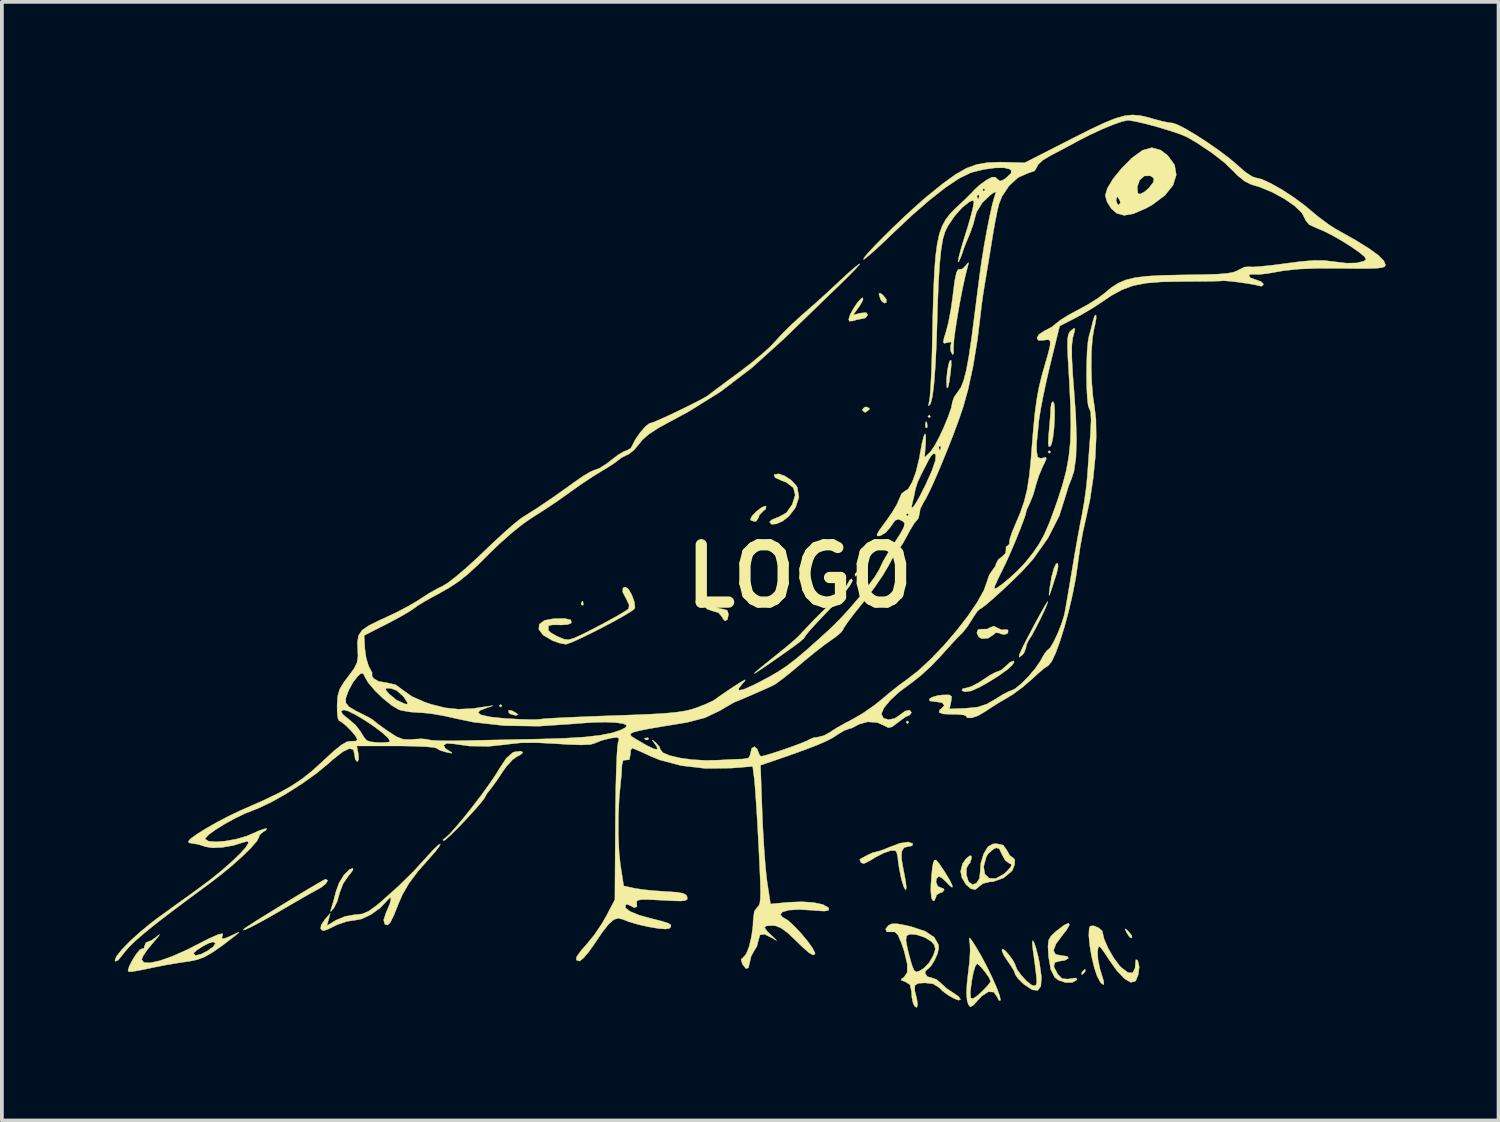
<source format=kicad_pcb>
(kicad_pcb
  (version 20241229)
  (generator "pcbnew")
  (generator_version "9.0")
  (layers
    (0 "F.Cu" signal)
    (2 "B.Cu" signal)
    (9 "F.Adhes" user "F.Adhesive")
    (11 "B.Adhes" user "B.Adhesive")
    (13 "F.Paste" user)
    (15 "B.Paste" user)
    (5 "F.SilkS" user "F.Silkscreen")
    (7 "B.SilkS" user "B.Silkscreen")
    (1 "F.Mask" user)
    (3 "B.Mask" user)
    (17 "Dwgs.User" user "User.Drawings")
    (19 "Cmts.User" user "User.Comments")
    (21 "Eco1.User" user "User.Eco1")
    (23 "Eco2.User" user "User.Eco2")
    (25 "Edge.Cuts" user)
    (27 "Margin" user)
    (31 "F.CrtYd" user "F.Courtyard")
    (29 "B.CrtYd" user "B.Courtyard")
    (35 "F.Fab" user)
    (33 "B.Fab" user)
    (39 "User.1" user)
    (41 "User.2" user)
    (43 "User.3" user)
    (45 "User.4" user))
  (footprint "LOGO"
    (layer "F.Cu")
    (at 18.206 12.267)
    (property "Reference" "LOGO" (at 0 0 0) (layer "F.SilkS") (effects (font (size 1.524 1.524) (thickness 0.3))))
    (attr through_hole)
    (fp_poly (pts (xy -7.91 3.447) (xy -7.947 3.483) (xy -7.983 3.447) (xy -7.947 3.411) (xy -7.91 3.447)) (stroke (width 0.01) (type solid)) (fill yes) (layer "F.SilkS"))
    (fp_poly (pts (xy 1.887 -0.544) (xy 1.851 -0.508) (xy 1.814 -0.544) (xy 1.851 -0.581) (xy 1.887 -0.544)) (stroke (width 0.01) (type solid)) (fill yes) (layer "F.SilkS"))
    (fp_poly (pts (xy 2.903 3.883) (xy 2.867 3.919) (xy 2.83 3.883) (xy 2.867 3.846) (xy 2.903 3.883)) (stroke (width 0.01) (type solid)) (fill yes) (layer "F.SilkS"))
    (fp_poly (pts (xy 3.483 -4.245) (xy 3.447 -4.209) (xy 3.411 -4.245) (xy 3.447 -4.282) (xy 3.483 -4.245)) (stroke (width 0.01) (type solid)) (fill yes) (layer "F.SilkS"))
    (fp_poly (pts (xy 6.677 -3.302) (xy 6.64 -3.266) (xy 6.604 -3.302) (xy 6.64 -3.338) (xy 6.677 -3.302)) (stroke (width 0.01) (type solid)) (fill yes) (layer "F.SilkS"))
    (fp_poly (pts (xy -5.757 0.677) (xy -5.749 0.763) (xy -5.757 0.774) (xy -5.8 0.764) (xy -5.806 0.726) (xy -5.779 0.666) (xy -5.757 0.677)) (stroke (width 0.01) (type solid)) (fill yes) (layer "F.SilkS"))
    (fp_poly (pts (xy -4.016 4.306) (xy -4.026 4.349) (xy -4.064 4.354) (xy -4.124 4.328) (xy -4.112 4.306) (xy -4.026 4.297) (xy -4.016 4.306)) (stroke (width 0.01) (type solid)) (fill yes) (layer "F.SilkS"))
    (fp_poly (pts (xy 3.388 -4.078) (xy 3.397 -3.964) (xy 3.382 -3.939) (xy 3.349 -3.96) (xy 3.344 -4.034) (xy 3.362 -4.111) (xy 3.388 -4.078)) (stroke (width 0.01) (type solid)) (fill yes) (layer "F.SilkS"))
    (fp_poly (pts (xy 8.675 9.381) (xy 8.75 9.451) (xy 8.834 9.56) (xy 8.837 9.62) (xy 8.777 9.598) (xy 8.706 9.495) (xy 8.651 9.38) (xy 8.675 9.381)) (stroke (width 0.01) (type solid)) (fill yes) (layer "F.SilkS"))
    (fp_poly (pts (xy -7.648 3.575) (xy -7.547 3.629) (xy -7.479 3.685) (xy -7.545 3.7) (xy -7.561 3.7) (xy -7.693 3.663) (xy -7.729 3.629) (xy -7.735 3.564) (xy -7.648 3.575)) (stroke (width 0.01) (type solid)) (fill yes) (layer "F.SilkS"))
    (fp_poly (pts (xy 1.574 -0.098) (xy 1.56 -0.073) (xy 1.492 -0.003) (xy 1.479 0) (xy 1.474 -0.047) (xy 1.488 -0.073) (xy 1.556 -0.142) (xy 1.569 -0.145) (xy 1.574 -0.098)) (stroke (width 0.01) (type solid)) (fill yes) (layer "F.SilkS"))
    (fp_poly (pts (xy 1.857 -4.464) (xy 1.851 -4.427) (xy 1.758 -4.357) (xy 1.737 -4.354) (xy 1.671 -4.41) (xy 1.669 -4.427) (xy 1.728 -4.491) (xy 1.782 -4.499) (xy 1.857 -4.464)) (stroke (width 0.01) (type solid)) (fill yes) (layer "F.SilkS"))
    (fp_poly (pts (xy 2.213 -7.475) (xy 2.307 -7.362) (xy 2.31 -7.277) (xy 2.257 -7.257) (xy 2.179 -7.315) (xy 2.149 -7.372) (xy 2.108 -7.508) (xy 2.143 -7.526) (xy 2.213 -7.475)) (stroke (width 0.01) (type solid)) (fill yes) (layer "F.SilkS"))
    (fp_poly (pts (xy 7.597 10.497) (xy 7.584 10.523) (xy 7.515 10.592) (xy 7.503 10.595) (xy 7.498 10.549) (xy 7.511 10.523) (xy 7.58 10.454) (xy 7.592 10.45) (xy 7.597 10.497)) (stroke (width 0.01) (type solid)) (fill yes) (layer "F.SilkS"))
    (fp_poly (pts (xy 4.034 -5.612) (xy 4.018 -5.443) (xy 3.983 -5.184) (xy 3.95 -5.031) (xy 3.923 -4.998) (xy 3.912 -5.05) (xy 3.909 -5.251) (xy 3.933 -5.481) (xy 3.974 -5.672) (xy 3.999 -5.733) (xy 4.031 -5.739) (xy 4.034 -5.612)) (stroke (width 0.01) (type solid)) (fill yes) (layer "F.SilkS"))
    (fp_poly (pts (xy -0.89 -1.858) (xy -0.898 -1.785) (xy -0.962 -1.733) (xy -1.068 -1.626) (xy -1.089 -1.557) (xy -1.147 -1.464) (xy -1.197 -1.451) (xy -1.294 -1.484) (xy -1.306 -1.511) (xy -1.258 -1.606) (xy -1.145 -1.722) (xy -1.014 -1.822) (xy -0.912 -1.865) (xy -0.89 -1.858)) (stroke (width 0.01) (type solid)) (fill yes) (layer "F.SilkS"))
    (fp_poly (pts (xy 6.874 -0.253) (xy 6.839 -0.087) (xy 6.831 -0.06) (xy 6.73 0.253) (xy 6.668 0.441) (xy 6.637 0.516) (xy 6.631 0.492) (xy 6.643 0.382) (xy 6.655 0.29) (xy 6.702 0.016) (xy 6.76 -0.199) (xy 6.82 -0.327) (xy 6.867 -0.342) (xy 6.874 -0.253)) (stroke (width 0.01) (type solid)) (fill yes) (layer "F.SilkS"))
    (fp_poly (pts (xy -2.324 0.647) (xy -2.286 0.726) (xy -2.179 0.848) (xy -2.063 0.871) (xy -1.923 0.908) (xy -1.887 1.012) (xy -1.917 1.152) (xy -1.981 1.193) (xy -2.044 1.118) (xy -2.052 1.093) (xy -2.153 0.973) (xy -2.296 0.931) (xy -2.463 0.874) (xy -2.527 0.744) (xy -2.504 0.614) (xy -2.42 0.581) (xy -2.324 0.647)) (stroke (width 0.01) (type solid)) (fill yes) (layer "F.SilkS"))
    (fp_poly (pts (xy 6.77 -4.579) (xy 6.784 -4.411) (xy 6.781 -4.181) (xy 6.766 -3.929) (xy 6.739 -3.696) (xy 6.703 -3.522) (xy 6.671 -3.455) (xy 6.627 -3.443) (xy 6.611 -3.533) (xy 6.622 -3.74) (xy 6.631 -3.839) (xy 6.655 -4.112) (xy 6.672 -4.348) (xy 6.677 -4.474) (xy 6.699 -4.605) (xy 6.739 -4.645) (xy 6.77 -4.579)) (stroke (width 0.01) (type solid)) (fill yes) (layer "F.SilkS"))
    (fp_poly (pts (xy 1.689 -7.351) (xy 1.623 -7.225) (xy 1.589 -7.173) (xy 1.426 -6.945) (xy 1.62 -6.993) (xy 1.771 -7.008) (xy 1.814 -6.948) (xy 1.754 -6.865) (xy 1.687 -6.848) (xy 1.508 -6.814) (xy 1.433 -6.788) (xy 1.326 -6.777) (xy 1.306 -6.824) (xy 1.344 -6.949) (xy 1.434 -7.117) (xy 1.545 -7.28) (xy 1.644 -7.386) (xy 1.68 -7.402) (xy 1.689 -7.351)) (stroke (width 0.01) (type solid)) (fill yes) (layer "F.SilkS"))
    (fp_poly (pts (xy -11.872 7.81) (xy -11.952 7.922) (xy -11.991 7.965) (xy -12.136 8.178) (xy -12.228 8.421) (xy -12.23 8.433) (xy -12.292 8.649) (xy -12.377 8.819) (xy -12.387 8.832) (xy -12.464 8.919) (xy -12.467 8.889) (xy -12.444 8.817) (xy -12.394 8.653) (xy -12.336 8.43) (xy -12.324 8.382) (xy -12.239 8.151) (xy -12.111 7.944) (xy -11.972 7.803) (xy -11.875 7.765) (xy -11.872 7.81)) (stroke (width 0.01) (type solid)) (fill yes) (layer "F.SilkS"))
    (fp_poly (pts (xy 5.258 1.376) (xy 5.379 1.43) (xy 5.435 1.42) (xy 5.529 1.424) (xy 5.546 1.443) (xy 5.538 1.516) (xy 5.448 1.554) (xy 5.342 1.534) (xy 5.318 1.515) (xy 5.221 1.501) (xy 5.155 1.557) (xy 5.012 1.651) (xy 4.849 1.663) (xy 4.766 1.621) (xy 4.713 1.51) (xy 4.744 1.42) (xy 4.835 1.409) (xy 4.988 1.406) (xy 5.053 1.371) (xy 5.17 1.328) (xy 5.258 1.376)) (stroke (width 0.01) (type solid)) (fill yes) (layer "F.SilkS"))
    (fp_poly (pts (xy 5.707 2.282) (xy 5.654 2.366) (xy 5.517 2.489) (xy 5.296 2.647) (xy 5.036 2.811) (xy 4.783 2.953) (xy 4.585 3.043) (xy 4.556 3.053) (xy 4.396 3.074) (xy 4.315 3.043) (xy 4.34 2.99) (xy 4.423 2.975) (xy 4.568 2.934) (xy 4.766 2.83) (xy 4.874 2.758) (xy 5.063 2.632) (xy 5.212 2.554) (xy 5.261 2.54) (xy 5.371 2.491) (xy 5.479 2.395) (xy 5.596 2.291) (xy 5.682 2.252) (xy 5.707 2.282)) (stroke (width 0.01) (type solid)) (fill yes) (layer "F.SilkS"))
    (fp_poly (pts (xy 6.572 0.771) (xy 6.492 0.953) (xy 6.383 1.178) (xy 6.267 1.405) (xy 6.164 1.593) (xy 6.094 1.698) (xy 6.091 1.702) (xy 6.031 1.83) (xy 6.023 1.892) (xy 5.971 2.039) (xy 5.913 2.106) (xy 5.835 2.157) (xy 5.842 2.095) (xy 5.855 2.06) (xy 5.915 1.927) (xy 6.017 1.723) (xy 6.144 1.479) (xy 6.28 1.224) (xy 6.41 0.987) (xy 6.517 0.799) (xy 6.586 0.689) (xy 6.603 0.675) (xy 6.572 0.771)) (stroke (width 0.01) (type solid)) (fill yes) (layer "F.SilkS"))
    (fp_poly (pts (xy -12.544 8.09) (xy -12.591 8.172) (xy -12.714 8.273) (xy -12.791 8.317) (xy -12.951 8.405) (xy -13.199 8.545) (xy -13.495 8.716) (xy -13.716 8.845) (xy -14.051 9.039) (xy -14.343 9.201) (xy -14.576 9.323) (xy -14.732 9.395) (xy -14.793 9.409) (xy -14.768 9.378) (xy -14.679 9.315) (xy -14.496 9.197) (xy -14.242 9.038) (xy -13.944 8.854) (xy -13.626 8.659) (xy -13.312 8.469) (xy -13.027 8.298) (xy -12.797 8.163) (xy -12.645 8.078) (xy -12.598 8.055) (xy -12.544 8.09)) (stroke (width 0.01) (type solid)) (fill yes) (layer "F.SilkS"))
    (fp_poly (pts (xy -0.391 -2.663) (xy -0.219 -2.549) (xy -0.087 -2.408) (xy -0.06 -2.36) (xy -0.017 -2.099) (xy -0.107 -1.823) (xy -0.288 -1.587) (xy -0.45 -1.463) (xy -0.615 -1.389) (xy -0.745 -1.378) (xy -0.798 -1.44) (xy -0.798 -1.441) (xy -0.736 -1.5) (xy -0.584 -1.563) (xy -0.562 -1.569) (xy -0.349 -1.685) (xy -0.195 -1.903) (xy -0.115 -2.157) (xy -0.162 -2.347) (xy -0.342 -2.488) (xy -0.478 -2.542) (xy -0.647 -2.618) (xy -0.677 -2.689) (xy -0.668 -2.699) (xy -0.556 -2.721) (xy -0.391 -2.663)) (stroke (width 0.01) (type solid)) (fill yes) (layer "F.SilkS"))
    (fp_poly (pts (xy 3.705 7.633) (xy 3.837 7.828) (xy 3.862 7.866) (xy 3.998 8.091) (xy 4.064 8.231) (xy 4.057 8.276) (xy 3.978 8.214) (xy 3.899 8.128) (xy 3.781 8.019) (xy 3.702 7.983) (xy 3.642 8.044) (xy 3.629 8.128) (xy 3.674 8.246) (xy 3.737 8.273) (xy 3.834 8.312) (xy 3.846 8.346) (xy 3.788 8.41) (xy 3.737 8.418) (xy 3.641 8.476) (xy 3.629 8.527) (xy 3.587 8.624) (xy 3.552 8.636) (xy 3.51 8.568) (xy 3.49 8.382) (xy 3.492 8.219) (xy 3.509 7.955) (xy 3.534 7.728) (xy 3.553 7.63) (xy 3.583 7.55) (xy 3.627 7.546) (xy 3.705 7.633)) (stroke (width 0.01) (type solid)) (fill yes) (layer "F.SilkS"))
    (fp_poly (pts (xy 4.494 -8.315) (xy 4.472 -8.237) (xy 4.408 -7.986) (xy 4.336 -7.657) (xy 4.264 -7.287) (xy 4.198 -6.911) (xy 4.143 -6.564) (xy 4.106 -6.281) (xy 4.094 -6.099) (xy 4.095 -6.081) (xy 4.095 -5.917) (xy 4.067 -5.89) (xy 4.019 -5.984) (xy 4.012 -6.128) (xy 4.03 -6.173) (xy 4.03 -6.226) (xy 3.934 -6.21) (xy 3.849 -6.189) (xy 3.82 -6.22) (xy 3.843 -6.334) (xy 3.899 -6.51) (xy 3.959 -6.746) (xy 4.02 -7.067) (xy 4.071 -7.418) (xy 4.083 -7.528) (xy 4.127 -7.862) (xy 4.172 -8.074) (xy 4.218 -8.154) (xy 4.229 -8.152) (xy 4.324 -8.166) (xy 4.409 -8.244) (xy 4.485 -8.338) (xy 4.494 -8.315)) (stroke (width 0.01) (type solid)) (fill yes) (layer "F.SilkS"))
    (fp_poly (pts (xy -7.352 4.684) (xy -7.415 4.748) (xy -7.49 4.782) (xy -7.63 4.88) (xy -7.793 5.06) (xy -7.894 5.201) (xy -8.039 5.42) (xy -8.171 5.603) (xy -8.231 5.679) (xy -8.321 5.794) (xy -8.346 5.849) (xy -8.393 5.927) (xy -8.517 6.08) (xy -8.694 6.28) (xy -8.897 6.499) (xy -9.102 6.712) (xy -9.282 6.89) (xy -9.412 7.006) (xy -9.463 7.037) (xy -9.48 7.008) (xy -9.427 6.967) (xy -9.316 6.869) (xy -9.143 6.679) (xy -8.928 6.423) (xy -8.693 6.127) (xy -8.457 5.818) (xy -8.243 5.522) (xy -8.069 5.266) (xy -7.99 5.134) (xy -7.798 4.844) (xy -7.628 4.693) (xy -7.575 4.672) (xy -7.411 4.652) (xy -7.352 4.684)) (stroke (width 0.01) (type solid)) (fill yes) (layer "F.SilkS"))
    (fp_poly (pts (xy 1.409 0.12) (xy 1.335 0.256) (xy 1.171 0.468) (xy 0.926 0.746) (xy 0.673 1.013) (xy 0.454 1.242) (xy 0.28 1.434) (xy 0.171 1.566) (xy 0.145 1.609) (xy 0.116 1.653) (xy 0.019 1.738) (xy -0.157 1.871) (xy -0.425 2.062) (xy -0.795 2.32) (xy -1.016 2.472) (xy -1.159 2.566) (xy -1.208 2.588) (xy -1.161 2.541) (xy -1.013 2.417) (xy -0.797 2.241) (xy -0.559 2.05) (xy -0.553 2.045) (xy -0.331 1.864) (xy -0.145 1.706) (xy -0.032 1.602) (xy -0.027 1.597) (xy 0.397 1.147) (xy 0.786 0.762) (xy 0.924 0.633) (xy 1.101 0.455) (xy 1.23 0.292) (xy 1.271 0.216) (xy 1.337 0.099) (xy 1.385 0.073) (xy 1.409 0.12)) (stroke (width 0.01) (type solid)) (fill yes) (layer "F.SilkS"))
    (fp_poly (pts (xy 7.176 9.271) (xy 7.098 9.408) (xy 7.009 9.52) (xy 6.819 9.774) (xy 6.752 9.952) (xy 6.807 10.056) (xy 6.971 10.087) (xy 7.116 10.107) (xy 7.15 10.158) (xy 7.148 10.16) (xy 7.048 10.216) (xy 6.926 10.233) (xy 6.783 10.271) (xy 6.762 10.387) (xy 6.864 10.581) (xy 6.865 10.583) (xy 6.981 10.699) (xy 7.133 10.713) (xy 7.201 10.701) (xy 7.351 10.683) (xy 7.376 10.724) (xy 7.371 10.733) (xy 7.253 10.803) (xy 7.07 10.804) (xy 6.884 10.742) (xy 6.783 10.665) (xy 6.679 10.458) (xy 6.621 10.121) (xy 6.617 10.079) (xy 6.605 9.832) (xy 6.622 9.678) (xy 6.687 9.566) (xy 6.815 9.445) (xy 6.831 9.432) (xy 7.033 9.278) (xy 7.151 9.226) (xy 7.176 9.271)) (stroke (width 0.01) (type solid)) (fill yes) (layer "F.SilkS"))
    (fp_poly (pts (xy 3.008 7.108) (xy 3.014 7.116) (xy 2.99 7.17) (xy 2.905 7.185) (xy 2.777 7.216) (xy 2.715 7.323) (xy 2.713 7.524) (xy 2.768 7.839) (xy 2.776 7.874) (xy 2.821 8.111) (xy 2.839 8.28) (xy 2.826 8.346) (xy 2.826 8.346) (xy 2.78 8.281) (xy 2.725 8.116) (xy 2.691 7.979) (xy 2.645 7.74) (xy 2.617 7.542) (xy 2.613 7.476) (xy 2.581 7.34) (xy 2.545 7.297) (xy 2.426 7.296) (xy 2.228 7.365) (xy 1.99 7.489) (xy 1.874 7.563) (xy 1.71 7.644) (xy 1.631 7.616) (xy 1.601 7.535) (xy 1.607 7.524) (xy 1.683 7.483) (xy 1.795 7.42) (xy 1.947 7.351) (xy 2.033 7.33) (xy 2.143 7.302) (xy 2.324 7.233) (xy 2.379 7.209) (xy 2.668 7.101) (xy 2.886 7.067) (xy 3.008 7.108)) (stroke (width 0.01) (type solid)) (fill yes) (layer "F.SilkS"))
    (fp_poly (pts (xy 6.238 9.748) (xy 6.288 9.897) (xy 6.345 10.118) (xy 6.38 10.289) (xy 6.431 10.659) (xy 6.415 10.9) (xy 6.334 11.013) (xy 6.187 10.998) (xy 5.972 10.856) (xy 5.956 10.843) (xy 5.815 10.706) (xy 5.738 10.597) (xy 5.733 10.578) (xy 5.692 10.475) (xy 5.59 10.315) (xy 5.552 10.262) (xy 5.434 10.085) (xy 5.38 9.961) (xy 5.391 9.91) (xy 5.466 9.955) (xy 5.554 10.051) (xy 5.669 10.207) (xy 5.73 10.32) (xy 5.733 10.335) (xy 5.781 10.455) (xy 5.897 10.615) (xy 6.04 10.769) (xy 6.169 10.87) (xy 6.218 10.886) (xy 6.264 10.883) (xy 6.294 10.858) (xy 6.305 10.79) (xy 6.298 10.656) (xy 6.272 10.433) (xy 6.228 10.098) (xy 6.201 9.906) (xy 6.186 9.736) (xy 6.201 9.689) (xy 6.238 9.748)) (stroke (width 0.01) (type solid)) (fill yes) (layer "F.SilkS"))
    (fp_poly (pts (xy 7.95 9.349) (xy 8.044 9.431) (xy 8.055 9.466) (xy 8.097 9.648) (xy 8.204 9.891) (xy 8.349 10.143) (xy 8.504 10.353) (xy 8.553 10.404) (xy 8.735 10.541) (xy 8.858 10.546) (xy 8.92 10.42) (xy 8.927 10.319) (xy 8.94 10.196) (xy 8.98 10.207) (xy 8.993 10.226) (xy 9.03 10.385) (xy 9.008 10.589) (xy 8.939 10.754) (xy 8.923 10.772) (xy 8.805 10.799) (xy 8.64 10.703) (xy 8.44 10.493) (xy 8.237 10.21) (xy 8.088 9.983) (xy 8 9.865) (xy 7.954 9.844) (xy 7.934 9.906) (xy 7.925 9.985) (xy 7.935 10.195) (xy 7.988 10.449) (xy 8.012 10.526) (xy 8.083 10.758) (xy 8.092 10.861) (xy 8.039 10.84) (xy 7.995 10.791) (xy 7.912 10.636) (xy 7.832 10.395) (xy 7.764 10.108) (xy 7.715 9.816) (xy 7.69 9.556) (xy 7.699 9.369) (xy 7.726 9.304) (xy 7.82 9.295) (xy 7.95 9.349)) (stroke (width 0.01) (type solid)) (fill yes) (layer "F.SilkS"))
    (fp_poly (pts (xy 9.602 -11.325) (xy 9.789 -11.183) (xy 9.971 -10.935) (xy 10.016 -10.667) (xy 9.929 -10.393) (xy 9.716 -10.125) (xy 9.381 -9.874) (xy 9.203 -9.775) (xy 8.875 -9.634) (xy 8.628 -9.591) (xy 8.434 -9.645) (xy 8.291 -9.768) (xy 8.177 -9.945) (xy 8.168 -9.979) (xy 8.418 -9.979) (xy 8.456 -9.882) (xy 8.489 -9.87) (xy 8.529 -9.923) (xy 8.517 -9.979) (xy 8.466 -10.074) (xy 8.447 -10.087) (xy 8.421 -10.028) (xy 8.418 -9.979) (xy 8.168 -9.979) (xy 8.128 -10.115) (xy 8.128 -10.119) (xy 8.183 -10.309) (xy 8.21 -10.354) (xy 8.979 -10.354) (xy 8.993 -10.178) (xy 9.057 -10.157) (xy 9.179 -10.222) (xy 9.286 -10.319) (xy 9.41 -10.479) (xy 9.416 -10.581) (xy 9.323 -10.643) (xy 9.167 -10.639) (xy 9.043 -10.529) (xy 8.979 -10.354) (xy 8.21 -10.354) (xy 8.332 -10.558) (xy 8.557 -10.837) (xy 8.836 -11.116) (xy 8.842 -11.122) (xy 9.119 -11.323) (xy 9.366 -11.391) (xy 9.602 -11.325)) (stroke (width 0.01) (type solid)) (fill yes) (layer "F.SilkS"))
    (fp_poly (pts (xy 4.591 9.704) (xy 4.674 9.833) (xy 4.821 10.08) (xy 4.973 10.366) (xy 5.116 10.659) (xy 5.235 10.928) (xy 5.316 11.14) (xy 5.344 11.265) (xy 5.342 11.277) (xy 5.299 11.282) (xy 5.258 11.194) (xy 5.166 11.059) (xy 5.022 11.049) (xy 4.846 11.162) (xy 4.765 11.249) (xy 4.622 11.407) (xy 4.538 11.452) (xy 4.486 11.385) (xy 4.454 11.273) (xy 4.44 11.108) (xy 4.441 11.085) (xy 4.54 11.085) (xy 4.551 11.213) (xy 4.613 11.233) (xy 4.742 11.143) (xy 4.86 11.033) (xy 4.996 10.891) (xy 5.073 10.79) (xy 5.08 10.772) (xy 5.039 10.675) (xy 4.941 10.532) (xy 4.827 10.394) (xy 4.736 10.311) (xy 4.719 10.305) (xy 4.672 10.37) (xy 4.621 10.539) (xy 4.576 10.769) (xy 4.545 11.018) (xy 4.54 11.085) (xy 4.441 11.085) (xy 4.45 10.852) (xy 4.482 10.558) (xy 4.486 10.529) (xy 4.52 10.23) (xy 4.536 9.959) (xy 4.529 9.771) (xy 4.527 9.761) (xy 4.509 9.638) (xy 4.525 9.616) (xy 4.591 9.704)) (stroke (width 0.01) (type solid)) (fill yes) (layer "F.SilkS"))
    (fp_poly (pts (xy -4.542 0.352) (xy -4.458 0.5) (xy -4.394 0.676) (xy -4.375 0.823) (xy -4.387 0.865) (xy -4.472 0.933) (xy -4.659 1.047) (xy -4.915 1.191) (xy -5.212 1.349) (xy -5.518 1.505) (xy -5.803 1.644) (xy -6.036 1.75) (xy -6.187 1.806) (xy -6.217 1.811) (xy -6.377 1.781) (xy -6.568 1.714) (xy -6.816 1.568) (xy -6.932 1.416) (xy -6.92 1.278) (xy -6.779 1.175) (xy -6.524 1.128) (xy -6.233 1.127) (xy -6.08 1.165) (xy -6.064 1.241) (xy -6.068 1.246) (xy -6.161 1.286) (xy -6.34 1.299) (xy -6.393 1.296) (xy -6.571 1.295) (xy -6.669 1.317) (xy -6.675 1.327) (xy -6.677 1.436) (xy -6.617 1.5) (xy -6.468 1.587) (xy -6.414 1.613) (xy -6.263 1.675) (xy -6.144 1.69) (xy -6.005 1.653) (xy -5.797 1.558) (xy -5.742 1.531) (xy -5.426 1.371) (xy -5.116 1.206) (xy -4.843 1.055) (xy -4.64 0.934) (xy -4.543 0.866) (xy -4.531 0.767) (xy -4.597 0.623) (xy -4.702 0.423) (xy -4.695 0.313) (xy -4.623 0.29) (xy -4.542 0.352)) (stroke (width 0.01) (type solid)) (fill yes) (layer "F.SilkS"))
    (fp_poly (pts (xy -9.577 7.184) (xy -9.682 7.322) (xy -9.82 7.479) (xy -10.148 7.851) (xy -10.386 8.17) (xy -10.559 8.47) (xy -10.667 8.72) (xy -10.787 9.02) (xy -10.876 9.199) (xy -10.946 9.275) (xy -11.01 9.264) (xy -11.028 9.248) (xy -11.056 9.139) (xy -10.992 8.943) (xy -10.965 8.886) (xy -10.891 8.707) (xy -10.862 8.582) (xy -10.879 8.539) (xy -10.944 8.602) (xy -11.141 8.814) (xy -11.391 8.995) (xy -11.642 9.114) (xy -11.798 9.144) (xy -12.03 9.178) (xy -12.284 9.264) (xy -12.337 9.289) (xy -12.535 9.387) (xy -12.643 9.426) (xy -12.699 9.412) (xy -12.732 9.369) (xy -12.717 9.275) (xy -12.627 9.138) (xy -12.623 9.133) (xy -12.475 8.963) (xy -12.52 9.128) (xy -12.566 9.294) (xy -12.325 9.147) (xy -12.083 9.046) (xy -11.821 8.999) (xy -11.804 8.999) (xy -11.627 8.98) (xy -11.459 8.909) (xy -11.257 8.765) (xy -11.124 8.654) (xy -10.658 8.237) (xy -10.264 7.85) (xy -9.893 7.445) (xy -9.889 7.44) (xy -9.727 7.264) (xy -9.604 7.148) (xy -9.549 7.119) (xy -9.577 7.184)) (stroke (width 0.01) (type solid)) (fill yes) (layer "F.SilkS"))
    (fp_poly (pts (xy 5.414 7.15) (xy 5.513 7.288) (xy 5.515 7.293) (xy 5.591 7.428) (xy 5.659 7.475) (xy 5.721 7.531) (xy 5.721 7.661) (xy 5.663 7.811) (xy 5.64 7.844) (xy 5.424 8.024) (xy 5.149 8.121) (xy 5.057 8.128) (xy 4.882 8.17) (xy 4.79 8.237) (xy 4.676 8.332) (xy 4.559 8.312) (xy 4.427 8.201) (xy 4.317 8.018) (xy 4.282 7.849) (xy 4.333 7.646) (xy 4.427 7.511) (xy 4.532 7.428) (xy 4.569 7.446) (xy 4.572 7.496) (xy 4.532 7.624) (xy 4.499 7.656) (xy 4.439 7.766) (xy 4.436 7.941) (xy 4.489 8.113) (xy 4.498 8.128) (xy 4.599 8.201) (xy 4.704 8.161) (xy 4.783 8.037) (xy 4.803 7.856) (xy 4.803 7.851) (xy 4.812 7.723) (xy 4.894 7.723) (xy 4.927 7.922) (xy 5.042 8.032) (xy 5.218 8.038) (xy 5.43 7.922) (xy 5.501 7.858) (xy 5.618 7.727) (xy 5.635 7.661) (xy 5.575 7.636) (xy 5.468 7.556) (xy 5.379 7.396) (xy 5.378 7.394) (xy 5.312 7.25) (xy 5.235 7.222) (xy 5.164 7.251) (xy 5.021 7.372) (xy 4.967 7.455) (xy 4.894 7.723) (xy 4.812 7.723) (xy 4.819 7.633) (xy 4.89 7.396) (xy 4.902 7.37) (xy 5.009 7.193) (xy 5.134 7.121) (xy 5.235 7.112) (xy 5.414 7.15)) (stroke (width 0.01) (type solid)) (fill yes) (layer "F.SilkS"))
    (fp_poly (pts (xy -14.977 9.536) (xy -14.986 9.544) (xy -15.333 9.811) (xy -15.6 9.998) (xy -15.815 10.121) (xy -16.007 10.195) (xy -16.204 10.237) (xy -16.256 10.244) (xy -16.537 10.285) (xy -16.883 10.345) (xy -17.199 10.408) (xy -17.507 10.472) (xy -17.7 10.507) (xy -17.804 10.518) (xy -17.846 10.507) (xy -17.853 10.484) (xy -17.819 10.368) (xy -17.736 10.208) (xy -17.634 10.048) (xy -17.54 9.934) (xy -17.487 9.908) (xy -17.427 9.89) (xy -17.417 9.838) (xy -17.372 9.739) (xy -17.331 9.725) (xy -17.222 9.68) (xy -17.072 9.572) (xy -17.06 9.561) (xy -17.01 9.526) (xy -17.048 9.584) (xy -17.168 9.724) (xy -17.183 9.741) (xy -17.344 9.937) (xy -17.455 10.104) (xy -17.49 10.193) (xy -17.43 10.271) (xy -17.263 10.279) (xy -17.004 10.223) (xy -16.672 10.105) (xy -16.51 10.033) (xy -16.11 10.033) (xy -16.058 10.085) (xy -15.911 10.05) (xy -15.741 9.963) (xy -15.586 9.851) (xy -15.53 9.764) (xy -15.584 9.725) (xy -15.597 9.725) (xy -15.709 9.759) (xy -15.866 9.841) (xy -16.016 9.937) (xy -16.104 10.017) (xy -16.11 10.033) (xy -16.51 10.033) (xy -16.283 9.932) (xy -16.044 9.81) (xy -15.692 9.631) (xy -15.46 9.529) (xy -15.346 9.503) (xy -15.334 9.531) (xy -15.359 9.622) (xy -15.318 9.643) (xy -15.188 9.594) (xy -15.073 9.541) (xy -14.929 9.474) (xy -14.901 9.472) (xy -14.977 9.536)) (stroke (width 0.01) (type solid)) (fill yes) (layer "F.SilkS"))
    (fp_poly (pts (xy 2.813 9.281) (xy 2.959 9.315) (xy 3.338 9.44) (xy 3.58 9.6) (xy 3.692 9.797) (xy 3.701 9.885) (xy 3.669 10.033) (xy 3.59 10.212) (xy 3.493 10.368) (xy 3.408 10.448) (xy 3.395 10.45) (xy 3.345 10.509) (xy 3.338 10.559) (xy 3.399 10.648) (xy 3.484 10.668) (xy 3.639 10.721) (xy 3.756 10.819) (xy 3.918 10.967) (xy 4.082 11.075) (xy 4.222 11.17) (xy 4.282 11.254) (xy 4.282 11.255) (xy 4.231 11.274) (xy 4.107 11.228) (xy 3.95 11.139) (xy 3.801 11.029) (xy 3.715 10.94) (xy 3.551 10.839) (xy 3.334 10.813) (xy 3.151 10.825) (xy 3.066 10.882) (xy 3.062 11.016) (xy 3.116 11.231) (xy 3.141 11.391) (xy 3.116 11.467) (xy 3.061 11.436) (xy 3.019 11.351) (xy 2.986 11.193) (xy 2.975 11.033) (xy 2.937 10.863) (xy 2.812 10.784) (xy 2.701 10.743) (xy 2.721 10.698) (xy 2.778 10.662) (xy 2.862 10.539) (xy 2.864 10.313) (xy 2.784 9.978) (xy 2.703 9.737) (xy 2.678 9.681) (xy 2.829 9.681) (xy 2.87 9.904) (xy 2.907 10.051) (xy 2.982 10.324) (xy 3.042 10.475) (xy 3.108 10.524) (xy 3.203 10.49) (xy 3.312 10.417) (xy 3.448 10.274) (xy 3.557 10.085) (xy 3.611 9.918) (xy 3.585 9.806) (xy 3.508 9.717) (xy 3.339 9.609) (xy 3.119 9.535) (xy 3.098 9.531) (xy 2.935 9.518) (xy 2.848 9.56) (xy 2.829 9.681) (xy 2.678 9.681) (xy 2.616 9.54) (xy 2.532 9.458) (xy 2.456 9.458) (xy 2.317 9.458) (xy 2.288 9.382) (xy 2.361 9.287) (xy 2.45 9.244) (xy 2.589 9.241) (xy 2.813 9.281)) (stroke (width 0.01) (type solid)) (fill yes) (layer "F.SilkS"))
    (fp_poly (pts (xy 7.882 -6.946) (xy 7.887 -6.86) (xy 7.856 -6.686) (xy 7.833 -6.593) (xy 7.788 -6.332) (xy 7.762 -5.974) (xy 7.756 -5.562) (xy 7.769 -5.144) (xy 7.801 -4.766) (xy 7.836 -4.539) (xy 7.88 -4.169) (xy 7.887 -3.696) (xy 7.862 -3.158) (xy 7.805 -2.592) (xy 7.722 -2.037) (xy 7.613 -1.528) (xy 7.612 -1.524) (xy 7.534 -1.177) (xy 7.46 -0.768) (xy 7.404 -0.379) (xy 7.4 -0.34) (xy 7.342 0.059) (xy 7.258 0.49) (xy 7.156 0.929) (xy 7.042 1.351) (xy 6.924 1.731) (xy 6.808 2.046) (xy 6.703 2.269) (xy 6.614 2.378) (xy 6.605 2.383) (xy 6.509 2.446) (xy 6.348 2.581) (xy 6.179 2.737) (xy 5.937 2.947) (xy 5.673 3.142) (xy 5.515 3.239) (xy 5.263 3.386) (xy 5.016 3.544) (xy 4.942 3.595) (xy 4.748 3.709) (xy 4.573 3.769) (xy 4.455 3.765) (xy 4.427 3.719) (xy 4.362 3.69) (xy 4.195 3.674) (xy 4.064 3.674) (xy 3.824 3.665) (xy 3.709 3.624) (xy 3.725 3.555) (xy 3.774 3.52) (xy 3.848 3.434) (xy 3.793 3.367) (xy 3.627 3.338) (xy 3.614 3.338) (xy 3.47 3.319) (xy 3.444 3.274) (xy 3.519 3.22) (xy 3.674 3.174) (xy 3.808 3.158) (xy 3.98 3.156) (xy 4.043 3.198) (xy 4.033 3.312) (xy 4.028 3.336) (xy 3.986 3.53) (xy 4.426 3.512) (xy 4.736 3.481) (xy 4.982 3.4) (xy 5.204 3.271) (xy 5.403 3.147) (xy 5.559 3.065) (xy 5.619 3.046) (xy 5.734 2.991) (xy 5.902 2.852) (xy 6.091 2.662) (xy 6.267 2.454) (xy 6.399 2.262) (xy 6.416 2.23) (xy 6.512 2.063) (xy 6.587 1.968) (xy 6.603 1.959) (xy 6.668 1.897) (xy 6.762 1.736) (xy 6.865 1.516) (xy 6.961 1.276) (xy 7.032 1.055) (xy 7.048 0.983) (xy 7.082 0.796) (xy 7.132 0.506) (xy 7.192 0.153) (xy 7.254 -0.218) (xy 7.322 -0.624) (xy 7.395 -1.034) (xy 7.462 -1.396) (xy 7.509 -1.633) (xy 7.572 -1.991) (xy 7.626 -2.387) (xy 7.65 -2.649) (xy 7.674 -2.979) (xy 7.702 -3.373) (xy 7.731 -3.751) (xy 7.733 -3.783) (xy 7.751 -4.144) (xy 7.74 -4.368) (xy 7.701 -4.458) (xy 7.671 -4.546) (xy 7.649 -4.746) (xy 7.635 -5.023) (xy 7.63 -5.343) (xy 7.634 -5.674) (xy 7.646 -5.982) (xy 7.668 -6.232) (xy 7.696 -6.384) (xy 7.757 -6.601) (xy 7.799 -6.776) (xy 7.842 -6.911) (xy 7.882 -6.947) (xy 7.882 -6.946)) (stroke (width 0.01) (type solid)) (fill yes) (layer "F.SilkS"))
    (fp_poly (pts (xy 9.054 -12.245) (xy 9.277 -12.194) (xy 9.405 -12.156) (xy 9.641 -12.093) (xy 9.841 -12.054) (xy 9.908 -12.048) (xy 10.042 -12.006) (xy 10.262 -11.893) (xy 10.538 -11.729) (xy 10.844 -11.531) (xy 11.149 -11.319) (xy 11.426 -11.11) (xy 11.645 -10.925) (xy 11.672 -10.899) (xy 11.861 -10.736) (xy 12.028 -10.626) (xy 12.115 -10.595) (xy 12.287 -10.553) (xy 12.538 -10.437) (xy 12.836 -10.269) (xy 13.146 -10.066) (xy 13.437 -9.85) (xy 13.554 -9.752) (xy 13.804 -9.545) (xy 14.057 -9.356) (xy 14.259 -9.226) (xy 14.263 -9.224) (xy 14.763 -8.944) (xy 15.136 -8.714) (xy 15.392 -8.528) (xy 15.536 -8.38) (xy 15.579 -8.272) (xy 15.56 -8.232) (xy 15.491 -8.203) (xy 15.351 -8.186) (xy 15.122 -8.178) (xy 14.784 -8.178) (xy 14.412 -8.183) (xy 13.784 -8.184) (xy 13.28 -8.164) (xy 12.881 -8.122) (xy 12.719 -8.094) (xy 12.449 -8.046) (xy 12.227 -8.021) (xy 12.098 -8.024) (xy 12.092 -8.026) (xy 11.977 -8.023) (xy 11.947 -7.997) (xy 11.978 -7.937) (xy 12.111 -7.887) (xy 12.121 -7.885) (xy 12.273 -7.83) (xy 12.337 -7.76) (xy 12.337 -7.759) (xy 12.285 -7.707) (xy 12.24 -7.714) (xy 12.113 -7.745) (xy 11.903 -7.781) (xy 11.659 -7.816) (xy 11.431 -7.842) (xy 11.269 -7.853) (xy 11.226 -7.85) (xy 11.135 -7.844) (xy 10.927 -7.839) (xy 10.63 -7.836) (xy 10.273 -7.833) (xy 10.15 -7.833) (xy 9.625 -7.823) (xy 9.211 -7.789) (xy 8.872 -7.723) (xy 8.577 -7.615) (xy 8.289 -7.458) (xy 8.059 -7.302) (xy 7.799 -7.131) (xy 7.495 -6.951) (xy 7.322 -6.858) (xy 6.915 -6.65) (xy 6.657 -5.593) (xy 6.56 -5.177) (xy 6.474 -4.77) (xy 6.406 -4.412) (xy 6.364 -4.143) (xy 6.358 -4.087) (xy 6.335 -3.842) (xy 6.316 -3.656) (xy 6.307 -3.579) (xy 6.302 -3.469) (xy 6.305 -3.312) (xy 6.33 -3.166) (xy 6.405 -3.131) (xy 6.457 -3.141) (xy 6.544 -3.158) (xy 6.561 -3.122) (xy 6.511 -3.004) (xy 6.465 -2.914) (xy 6.361 -2.668) (xy 6.283 -2.419) (xy 6.278 -2.395) (xy 6.209 -2.155) (xy 6.122 -1.942) (xy 6.053 -1.797) (xy 6.027 -1.725) (xy 6.027 -1.724) (xy 6.009 -1.638) (xy 5.944 -1.451) (xy 5.846 -1.196) (xy 5.728 -0.906) (xy 5.602 -0.611) (xy 5.483 -0.346) (xy 5.389 -0.154) (xy 5.275 0.076) (xy 5.198 0.25) (xy 5.174 0.335) (xy 5.175 0.337) (xy 5.245 0.314) (xy 5.387 0.214) (xy 5.57 0.062) (xy 5.764 -0.115) (xy 5.938 -0.292) (xy 6.001 -0.363) (xy 6.205 -0.617) (xy 6.367 -0.853) (xy 6.505 -1.106) (xy 6.638 -1.411) (xy 6.784 -1.805) (xy 6.857 -2.014) (xy 6.99 -2.423) (xy 7.089 -2.799) (xy 7.157 -3.168) (xy 7.198 -3.56) (xy 7.212 -4.001) (xy 7.203 -4.52) (xy 7.173 -5.146) (xy 7.158 -5.408) (xy 7.134 -5.818) (xy 7.123 -6.106) (xy 7.126 -6.299) (xy 7.145 -6.419) (xy 7.18 -6.491) (xy 7.212 -6.524) (xy 7.296 -6.588) (xy 7.323 -6.576) (xy 7.299 -6.462) (xy 7.263 -6.333) (xy 7.239 -6.139) (xy 7.239 -5.813) (xy 7.263 -5.365) (xy 7.29 -5.028) (xy 7.344 -4.267) (xy 7.364 -3.643) (xy 7.348 -3.151) (xy 7.296 -2.789) (xy 7.237 -2.608) (xy 7.15 -2.388) (xy 7.09 -2.19) (xy 7.087 -2.177) (xy 6.904 -1.6) (xy 6.606 -1.014) (xy 6.215 -0.46) (xy 5.932 -0.145) (xy 5.666 0.117) (xy 5.401 0.368) (xy 5.159 0.588) (xy 4.962 0.757) (xy 4.833 0.855) (xy 4.798 0.871) (xy 4.732 0.928) (xy 4.632 1.072) (xy 4.59 1.143) (xy 4.461 1.344) (xy 4.332 1.504) (xy 4.304 1.531) (xy 4.197 1.638) (xy 4.026 1.821) (xy 3.823 2.046) (xy 3.756 2.122) (xy 3.506 2.384) (xy 3.228 2.639) (xy 2.978 2.837) (xy 2.947 2.858) (xy 2.657 3.073) (xy 2.416 3.295) (xy 2.248 3.496) (xy 2.178 3.653) (xy 2.177 3.666) (xy 2.233 3.777) (xy 2.369 3.817) (xy 2.535 3.78) (xy 2.642 3.708) (xy 2.801 3.591) (xy 2.923 3.559) (xy 2.975 3.621) (xy 2.975 3.629) (xy 2.924 3.699) (xy 2.908 3.701) (xy 2.815 3.744) (xy 2.664 3.852) (xy 2.617 3.89) (xy 2.46 4.007) (xy 2.357 4.029) (xy 2.28 3.987) (xy 2.071 3.892) (xy 1.811 3.874) (xy 1.578 3.938) (xy 1.551 3.954) (xy 1.398 4.036) (xy 1.302 4.064) (xy 1.192 4.103) (xy 1.03 4.199) (xy 1.005 4.217) (xy 0.867 4.305) (xy 0.689 4.396) (xy 0.45 4.498) (xy 0.131 4.62) (xy -0.289 4.771) (xy -0.719 4.919) (xy -1.038 5.028) (xy -0.992 6.304) (xy -0.971 6.771) (xy -0.943 7.234) (xy -0.912 7.655) (xy -0.879 7.994) (xy -0.859 8.148) (xy -0.772 8.715) (xy -0.295 8.67) (xy 0.059 8.656) (xy 0.374 8.677) (xy 0.619 8.729) (xy 0.761 8.807) (xy 0.782 8.84) (xy 0.765 8.888) (xy 0.658 8.905) (xy 0.438 8.893) (xy 0.34 8.883) (xy -0.008 8.863) (xy -0.281 8.879) (xy -0.455 8.928) (xy -0.508 8.995) (xy -0.45 9.071) (xy -0.417 9.084) (xy -0.303 9.155) (xy -0.142 9.302) (xy 0.038 9.493) (xy 0.208 9.697) (xy 0.341 9.881) (xy 0.409 10.012) (xy 0.411 10.047) (xy 0.36 10.073) (xy 0.252 10.012) (xy 0.071 9.854) (xy -0.064 9.722) (xy -0.304 9.494) (xy -0.482 9.36) (xy -0.628 9.299) (xy -0.72 9.289) (xy -0.884 9.299) (xy -0.929 9.344) (xy -0.857 9.444) (xy -0.744 9.553) (xy -0.625 9.665) (xy -0.612 9.689) (xy -0.702 9.636) (xy -0.724 9.622) (xy -0.929 9.521) (xy -1.05 9.537) (xy -1.089 9.664) (xy -1.136 9.848) (xy -1.197 9.942) (xy -1.287 10.107) (xy -1.322 10.256) (xy -1.359 10.415) (xy -1.427 10.434) (xy -1.52 10.312) (xy -1.555 10.19) (xy -1.497 10.137) (xy -1.416 10.042) (xy -1.339 9.842) (xy -1.277 9.58) (xy -1.239 9.297) (xy -1.234 9.152) (xy -1.203 8.913) (xy -1.12 8.797) (xy -1.083 8.763) (xy -1.057 8.696) (xy -1.042 8.577) (xy -1.038 8.388) (xy -1.044 8.11) (xy -1.06 7.725) (xy -1.085 7.215) (xy -1.11 6.738) (xy -1.136 6.291) (xy -1.162 5.9) (xy -1.184 5.594) (xy -1.201 5.4) (xy -1.204 5.378) (xy -1.246 5.059) (xy -1.827 5.104) (xy -2.503 5.113) (xy -3.148 5.037) (xy -3.724 4.884) (xy -3.966 4.784) (xy -4.196 4.677) (xy -4.372 4.601) (xy -4.455 4.572) (xy -4.455 4.572) (xy -4.489 4.634) (xy -4.499 4.751) (xy -4.525 4.88) (xy -4.608 4.889) (xy -4.69 4.897) (xy -4.721 5.021) (xy -4.722 5.054) (xy -4.736 5.295) (xy -4.754 5.469) (xy -4.796 5.91) (xy -4.817 6.409) (xy -4.817 6.912) (xy -4.796 7.367) (xy -4.764 7.661) (xy -4.675 8.235) (xy -4.388 8.298) (xy -4.167 8.332) (xy -3.867 8.363) (xy -3.556 8.384) (xy -3.268 8.402) (xy -3.096 8.432) (xy -3.011 8.48) (xy -2.986 8.533) (xy -2.987 8.59) (xy -3.033 8.623) (xy -3.152 8.637) (xy -3.367 8.632) (xy -3.663 8.616) (xy -3.993 8.6) (xy -4.2 8.6) (xy -4.306 8.619) (xy -4.332 8.657) (xy -4.329 8.671) (xy -4.323 8.791) (xy -4.405 8.812) (xy -4.476 8.77) (xy -4.583 8.723) (xy -4.624 8.736) (xy -4.629 8.819) (xy -4.505 8.914) (xy -4.266 9.012) (xy -3.961 9.097) (xy -3.666 9.171) (xy -3.492 9.226) (xy -3.419 9.274) (xy -3.424 9.326) (xy -3.456 9.363) (xy -3.558 9.382) (xy -3.757 9.366) (xy -4.015 9.323) (xy -4.29 9.261) (xy -4.541 9.187) (xy -4.698 9.125) (xy -4.819 9.094) (xy -4.938 9.131) (xy -5.075 9.252) (xy -5.247 9.471) (xy -5.448 9.769) (xy -5.605 9.991) (xy -5.745 10.155) (xy -5.84 10.231) (xy -5.851 10.233) (xy -5.937 10.206) (xy -5.924 10.117) (xy -5.809 9.955) (xy -5.658 9.785) (xy -5.46 9.542) (xy -5.257 9.243) (xy -5.137 9.035) (xy -4.909 8.6) (xy -4.897 6.604) (xy -4.892 6.072) (xy -4.884 5.58) (xy -4.872 5.15) (xy -4.858 4.802) (xy -4.843 4.558) (xy -4.827 4.437) (xy -4.827 4.435) (xy -4.798 4.324) (xy -4.837 4.286) (xy -4.976 4.301) (xy -5.042 4.313) (xy -5.257 4.367) (xy -5.426 4.434) (xy -5.442 4.443) (xy -5.567 4.477) (xy -5.805 4.487) (xy -6.166 4.475) (xy -6.451 4.456) (xy -6.988 4.428) (xy -7.412 4.432) (xy -7.755 4.469) (xy -7.786 4.475) (xy -8.262 4.525) (xy -8.776 4.517) (xy -9.202 4.458) (xy -9.38 4.446) (xy -9.459 4.492) (xy -9.42 4.575) (xy -9.353 4.623) (xy -9.241 4.693) (xy -9.251 4.708) (xy -9.394 4.68) (xy -9.397 4.679) (xy -9.563 4.629) (xy -9.651 4.574) (xy -9.733 4.552) (xy -9.934 4.535) (xy -10.225 4.522) (xy -10.581 4.515) (xy -10.73 4.515) (xy -11.772 4.515) (xy -11.73 4.725) (xy -11.72 4.874) (xy -11.758 4.935) (xy -11.758 4.935) (xy -11.812 4.873) (xy -11.829 4.753) (xy -11.862 4.613) (xy -11.964 4.583) (xy -12.141 4.667) (xy -12.396 4.866) (xy -12.519 4.976) (xy -12.84 5.241) (xy -13.231 5.52) (xy -13.651 5.787) (xy -14.058 6.016) (xy -14.413 6.182) (xy -14.514 6.22) (xy -14.758 6.317) (xy -15.029 6.45) (xy -15.298 6.599) (xy -15.535 6.747) (xy -15.711 6.876) (xy -15.797 6.969) (xy -15.799 6.991) (xy -15.709 7.047) (xy -15.518 7.063) (xy -15.263 7.043) (xy -14.981 6.992) (xy -14.71 6.914) (xy -14.563 6.853) (xy -14.359 6.763) (xy -14.212 6.713) (xy -14.165 6.712) (xy -14.191 6.761) (xy -14.25 6.791) (xy -14.353 6.878) (xy -14.369 6.932) (xy -14.424 7.04) (xy -14.575 7.216) (xy -14.802 7.439) (xy -15.083 7.69) (xy -15.399 7.951) (xy -15.675 8.162) (xy -16.26 8.594) (xy -16.738 8.953) (xy -17.121 9.248) (xy -17.421 9.491) (xy -17.65 9.689) (xy -17.82 9.854) (xy -17.943 9.995) (xy -17.982 10.047) (xy -18.115 10.21) (xy -18.188 10.24) (xy -18.201 10.214) (xy -18.16 10.108) (xy -18.024 9.937) (xy -17.816 9.721) (xy -17.556 9.483) (xy -17.268 9.243) (xy -17.061 9.086) (xy -16.847 8.932) (xy -16.557 8.722) (xy -16.233 8.489) (xy -15.984 8.309) (xy -15.651 8.06) (xy -15.346 7.812) (xy -15.081 7.579) (xy -14.868 7.373) (xy -14.721 7.208) (xy -14.65 7.095) (xy -14.668 7.047) (xy -14.786 7.077) (xy -15.049 7.159) (xy -15.341 7.21) (xy -15.608 7.223) (xy -15.796 7.193) (xy -15.801 7.19) (xy -15.99 7.129) (xy -16.114 7.112) (xy -16.229 7.089) (xy -16.254 7.058) (xy -16.191 6.982) (xy -16.024 6.861) (xy -15.78 6.709) (xy -15.487 6.542) (xy -15.172 6.377) (xy -14.862 6.23) (xy -14.778 6.193) (xy -14.258 5.964) (xy -13.846 5.766) (xy -13.511 5.58) (xy -13.222 5.387) (xy -12.951 5.171) (xy -12.674 4.919) (xy -12.39 4.657) (xy -12.184 4.49) (xy -12.037 4.405) (xy -11.93 4.386) (xy -11.92 4.388) (xy -11.794 4.384) (xy -11.757 4.344) (xy -11.805 4.249) (xy -11.923 4.108) (xy -12.066 3.966) (xy -12.191 3.867) (xy -12.241 3.846) (xy -12.273 3.781) (xy -12.292 3.611) (xy -12.292 3.588) (xy -12.189 3.588) (xy -12.143 3.675) (xy -11.985 3.803) (xy -11.978 3.808) (xy -11.8 3.962) (xy -11.671 4.132) (xy -11.669 4.135) (xy -11.575 4.289) (xy -11.503 4.371) (xy -11.399 4.404) (xy -11.229 4.422) (xy -11.051 4.424) (xy -10.92 4.41) (xy -10.886 4.388) (xy -10.944 4.297) (xy -11.097 4.158) (xy -11.312 3.996) (xy -11.555 3.833) (xy -11.793 3.69) (xy -11.993 3.59) (xy -12.116 3.556) (xy -12.189 3.588) (xy -12.292 3.588) (xy -12.295 3.442) (xy -12.283 3.249) (xy -12.064 3.249) (xy -12.061 3.372) (xy -11.976 3.474) (xy -11.788 3.586) (xy -11.611 3.673) (xy -11.439 3.762) (xy -11.331 3.829) (xy -11.321 3.839) (xy -11.246 3.901) (xy -11.089 4.017) (xy -10.934 4.127) (xy -10.711 4.27) (xy -10.538 4.336) (xy -10.354 4.344) (xy -10.27 4.336) (xy -10.06 4.324) (xy -9.91 4.336) (xy -9.882 4.346) (xy -9.783 4.363) (xy -9.572 4.374) (xy -9.286 4.378) (xy -9.059 4.375) (xy -8.737 4.368) (xy -8.31 4.359) (xy -7.819 4.349) (xy -7.305 4.338) (xy -6.894 4.33) (xy -6.235 4.309) (xy -5.704 4.276) (xy -5.287 4.228) (xy -5.266 4.224) (xy -4.496 4.224) (xy -4.453 4.268) (xy -4.396 4.305) (xy -4.078 4.492) (xy -3.874 4.591) (xy -3.78 4.605) (xy -3.794 4.532) (xy -3.854 4.447) (xy -3.918 4.359) (xy -3.882 4.376) (xy -3.828 4.418) (xy -3.726 4.535) (xy -3.701 4.608) (xy -3.633 4.693) (xy -3.45 4.77) (xy -3.178 4.834) (xy -2.849 4.878) (xy -2.49 4.899) (xy -2.148 4.891) (xy -1.874 4.875) (xy -1.628 4.865) (xy -1.513 4.862) (xy -1.358 4.836) (xy -1.307 4.742) (xy -1.306 4.721) (xy -1.273 4.579) (xy -1.199 4.531) (xy -1.127 4.593) (xy -1.112 4.637) (xy -1.061 4.759) (xy -1.024 4.79) (xy -0.914 4.767) (xy -0.713 4.706) (xy -0.461 4.623) (xy -0.197 4.531) (xy 0.036 4.444) (xy 0.199 4.377) (xy 0.25 4.348) (xy 0.374 4.294) (xy 0.476 4.282) (xy 0.649 4.239) (xy 0.807 4.151) (xy 0.966 4.047) (xy 1.199 3.915) (xy 1.389 3.816) (xy 1.673 3.652) (xy 1.98 3.44) (xy 2.178 3.281) (xy 2.422 3.076) (xy 2.672 2.88) (xy 2.838 2.761) (xy 3.151 2.519) (xy 3.491 2.204) (xy 3.838 1.841) (xy 4.172 1.452) (xy 4.474 1.062) (xy 4.723 0.696) (xy 4.9 0.378) (xy 4.981 0.153) (xy 5.043 -0.033) (xy 5.125 -0.152) (xy 5.212 -0.274) (xy 5.225 -0.333) (xy 5.283 -0.44) (xy 5.376 -0.511) (xy 5.48 -0.613) (xy 5.487 -0.695) (xy 5.49 -0.785) (xy 5.521 -0.798) (xy 5.577 -0.853) (xy 5.576 -0.889) (xy 5.594 -1.002) (xy 5.66 -1.195) (xy 5.72 -1.336) (xy 5.865 -1.679) (xy 5.973 -1.989) (xy 6.051 -2.306) (xy 6.108 -2.67) (xy 6.153 -3.122) (xy 6.171 -3.357) (xy 6.215 -3.906) (xy 6.258 -4.343) (xy 6.307 -4.703) (xy 6.365 -5.02) (xy 6.44 -5.327) (xy 6.524 -5.624) (xy 6.616 -5.941) (xy 6.663 -6.143) (xy 6.662 -6.251) (xy 6.613 -6.288) (xy 6.516 -6.276) (xy 6.495 -6.271) (xy 6.352 -6.267) (xy 6.31 -6.329) (xy 6.364 -6.426) (xy 6.51 -6.522) (xy 6.529 -6.53) (xy 6.711 -6.627) (xy 6.833 -6.727) (xy 6.94 -6.811) (xy 7.136 -6.933) (xy 7.381 -7.066) (xy 7.398 -7.075) (xy 7.671 -7.224) (xy 7.923 -7.382) (xy 8.092 -7.508) (xy 8.282 -7.666) (xy 8.467 -7.786) (xy 8.67 -7.874) (xy 8.915 -7.935) (xy 9.226 -7.974) (xy 9.626 -7.997) (xy 10.14 -8.008) (xy 10.333 -8.011) (xy 10.793 -8.018) (xy 11.131 -8.03) (xy 11.37 -8.05) (xy 11.532 -8.079) (xy 11.64 -8.121) (xy 11.675 -8.142) (xy 11.831 -8.218) (xy 11.943 -8.225) (xy 12.05 -8.22) (xy 12.268 -8.235) (xy 12.566 -8.266) (xy 12.911 -8.311) (xy 13.346 -8.367) (xy 13.678 -8.394) (xy 13.946 -8.392) (xy 14.188 -8.363) (xy 14.203 -8.361) (xy 14.54 -8.321) (xy 14.818 -8.327) (xy 15.006 -8.376) (xy 15.061 -8.422) (xy 15.024 -8.489) (xy 14.888 -8.604) (xy 14.682 -8.748) (xy 14.435 -8.904) (xy 14.178 -9.052) (xy 13.94 -9.173) (xy 13.775 -9.241) (xy 13.545 -9.347) (xy 13.444 -9.473) (xy 13.439 -9.497) (xy 13.353 -9.66) (xy 13.158 -9.846) (xy 12.884 -10.035) (xy 12.563 -10.209) (xy 12.223 -10.349) (xy 12.013 -10.41) (xy 11.84 -10.495) (xy 11.642 -10.653) (xy 11.551 -10.749) (xy 11.307 -10.986) (xy 10.966 -11.251) (xy 10.565 -11.519) (xy 10.305 -11.671) (xy 10.137 -11.743) (xy 9.876 -11.832) (xy 9.565 -11.927) (xy 9.248 -12.014) (xy 8.967 -12.081) (xy 8.767 -12.116) (xy 8.727 -12.119) (xy 8.576 -12.087) (xy 8.333 -12.002) (xy 8.033 -11.877) (xy 7.71 -11.728) (xy 7.4 -11.569) (xy 7.33 -11.53) (xy 7.116 -11.414) (xy 6.849 -11.273) (xy 6.695 -11.194) (xy 6.464 -11.056) (xy 6.334 -10.933) (xy 6.314 -10.879) (xy 6.245 -10.771) (xy 6.065 -10.71) (xy 5.812 -10.598) (xy 5.573 -10.381) (xy 5.383 -10.098) (xy 5.301 -9.89) (xy 5.255 -9.695) (xy 5.198 -9.406) (xy 5.139 -9.073) (xy 5.116 -8.926) (xy 5.057 -8.562) (xy 4.996 -8.193) (xy 4.944 -7.882) (xy 4.93 -7.801) (xy 4.881 -7.497) (xy 4.838 -7.191) (xy 4.821 -7.039) (xy 4.731 -6.294) (xy 4.615 -5.586) (xy 4.478 -4.952) (xy 4.35 -4.495) (xy 4.235 -4.159) (xy 4.093 -3.774) (xy 3.934 -3.368) (xy 3.769 -2.966) (xy 3.611 -2.596) (xy 3.471 -2.285) (xy 3.358 -2.06) (xy 3.292 -1.954) (xy 3.209 -1.786) (xy 3.193 -1.686) (xy 3.162 -1.541) (xy 3.119 -1.487) (xy 3.047 -1.4) (xy 2.941 -1.227) (xy 2.867 -1.09) (xy 2.759 -0.89) (xy 2.669 -0.752) (xy 2.633 -0.714) (xy 2.573 -0.641) (xy 2.471 -0.475) (xy 2.359 -0.267) (xy 2.214 -0.023) (xy 2.008 0.281) (xy 1.773 0.596) (xy 1.651 0.749) (xy 1.449 1) (xy 1.288 1.213) (xy 1.186 1.362) (xy 1.161 1.415) (xy 1.105 1.494) (xy 0.963 1.614) (xy 0.853 1.691) (xy 0.657 1.832) (xy 0.397 2.034) (xy 0.118 2.262) (xy 0.006 2.357) (xy -0.243 2.565) (xy -0.466 2.742) (xy -0.63 2.862) (xy -0.683 2.894) (xy -0.817 2.958) (xy -1.022 3.049) (xy -1.256 3.152) (xy -1.475 3.246) (xy -1.64 3.315) (xy -1.705 3.339) (xy -1.779 3.377) (xy -1.94 3.47) (xy -2.124 3.579) (xy -2.511 3.763) (xy -2.973 3.885) (xy -3.088 3.905) (xy -3.595 3.988) (xy -3.974 4.052) (xy -4.238 4.104) (xy -4.404 4.146) (xy -4.485 4.185) (xy -4.496 4.224) (xy -5.266 4.224) (xy -4.969 4.164) (xy -4.733 4.082) (xy -4.625 4.023) (xy -4.595 3.965) (xy -4.688 3.921) (xy -4.885 3.893) (xy -5.163 3.881) (xy -5.503 3.889) (xy -5.884 3.916) (xy -5.951 3.923) (xy -6.931 3.989) (xy -7.847 3.975) (xy -8.675 3.882) (xy -9.136 3.785) (xy -9.467 3.711) (xy -9.792 3.656) (xy -10.052 3.629) (xy -10.093 3.629) (xy -10.35 3.612) (xy -10.582 3.571) (xy -10.645 3.552) (xy -10.834 3.443) (xy -11.062 3.261) (xy -11.286 3.046) (xy -11.302 3.026) (xy -11.002 3.026) (xy -10.915 3.129) (xy -10.717 3.292) (xy -10.498 3.393) (xy -10.427 3.406) (xy -10.427 3.36) (xy -10.503 3.24) (xy -10.535 3.197) (xy -10.709 3.04) (xy -10.879 2.979) (xy -10.998 2.983) (xy -11.002 3.026) (xy -11.302 3.026) (xy -11.463 2.837) (xy -11.545 2.7) (xy -11.601 2.586) (xy -11.666 2.591) (xy -11.748 2.664) (xy -11.866 2.816) (xy -11.982 3.027) (xy -12.003 3.076) (xy -12.064 3.249) (xy -12.283 3.249) (xy -12.28 3.195) (xy -12.227 3.009) (xy -12.113 2.819) (xy -12.005 2.677) (xy -11.845 2.46) (xy -11.763 2.295) (xy -11.739 2.128) (xy -11.745 1.997) (xy -11.754 1.752) (xy -11.722 1.574) (xy -11.629 1.437) (xy -11.45 1.313) (xy -11.166 1.173) (xy -11.048 1.12) (xy -10.723 0.967) (xy -10.407 0.802) (xy -10.153 0.653) (xy -10.087 0.609) (xy -9.844 0.452) (xy -9.597 0.315) (xy -9.495 0.268) (xy -9.35 0.179) (xy -9.129 0.008) (xy -8.856 -0.224) (xy -8.558 -0.496) (xy -8.421 -0.627) (xy -8.122 -0.912) (xy -7.841 -1.17) (xy -7.602 -1.379) (xy -7.43 -1.518) (xy -7.381 -1.553) (xy -6.982 -1.805) (xy -6.524 -2.115) (xy -6.055 -2.449) (xy -5.987 -2.499) (xy -5.759 -2.657) (xy -5.564 -2.773) (xy -5.439 -2.825) (xy -5.432 -2.825) (xy -5.311 -2.872) (xy -5.131 -2.988) (xy -5.007 -3.084) (xy -4.819 -3.227) (xy -4.662 -3.319) (xy -4.599 -3.338) (xy -4.49 -3.398) (xy -4.45 -3.465) (xy -4.368 -3.629) (xy -4.242 -3.811) (xy -4.108 -3.968) (xy -3.999 -4.057) (xy -3.975 -4.064) (xy -3.88 -4.095) (xy -3.691 -4.175) (xy -3.439 -4.29) (xy -3.159 -4.424) (xy -2.884 -4.559) (xy -2.647 -4.68) (xy -2.483 -4.771) (xy -2.433 -4.804) (xy -2.348 -4.869) (xy -2.172 -5.001) (xy -1.929 -5.182) (xy -1.643 -5.392) (xy -1.614 -5.414) (xy -1.304 -5.651) (xy -1.016 -5.888) (xy -0.783 -6.097) (xy -0.64 -6.247) (xy -0.478 -6.426) (xy -0.245 -6.657) (xy 0.015 -6.898) (xy 0.103 -6.974) (xy 0.402 -7.237) (xy 0.724 -7.528) (xy 1.009 -7.791) (xy 1.052 -7.833) (xy 1.268 -8.033) (xy 1.454 -8.195) (xy 1.578 -8.293) (xy 1.597 -8.304) (xy 1.59 -8.279) (xy 1.493 -8.171) (xy 1.323 -7.996) (xy 1.095 -7.772) (xy 1.052 -7.73) (xy 0.752 -7.44) (xy 0.39 -7.089) (xy 0.005 -6.717) (xy -0.36 -6.364) (xy -0.437 -6.289) (xy -1.273 -5.535) (xy -2.105 -4.901) (xy -2.963 -4.366) (xy -3.345 -4.161) (xy -3.733 -3.951) (xy -4.006 -3.774) (xy -4.187 -3.614) (xy -4.251 -3.532) (xy -4.394 -3.359) (xy -4.537 -3.245) (xy -4.571 -3.23) (xy -4.737 -3.148) (xy -4.807 -3.093) (xy -4.919 -3.008) (xy -5.108 -2.885) (xy -5.261 -2.794) (xy -5.499 -2.647) (xy -5.793 -2.451) (xy -6.088 -2.244) (xy -6.132 -2.211) (xy -6.444 -1.99) (xy -6.788 -1.76) (xy -7.092 -1.567) (xy -7.112 -1.555) (xy -7.358 -1.385) (xy -7.66 -1.142) (xy -7.976 -0.862) (xy -8.216 -0.631) (xy -8.544 -0.305) (xy -8.81 -0.059) (xy -9.05 0.133) (xy -9.299 0.299) (xy -9.591 0.465) (xy -9.725 0.537) (xy -9.96 0.668) (xy -10.159 0.79) (xy -10.254 0.859) (xy -10.375 0.941) (xy -10.589 1.066) (xy -10.857 1.211) (xy -10.979 1.274) (xy -11.575 1.577) (xy -11.556 1.928) (xy -11.522 2.175) (xy -11.458 2.386) (xy -11.427 2.445) (xy -11.363 2.565) (xy -11.365 2.613) (xy -11.365 2.658) (xy -11.321 2.721) (xy -11.19 2.797) (xy -10.996 2.83) (xy -10.988 2.83) (xy -10.735 2.888) (xy -10.532 3.039) (xy -10.301 3.201) (xy -9.96 3.351) (xy -9.786 3.409) (xy -9.418 3.501) (xy -9.068 3.537) (xy -8.684 3.519) (xy -8.237 3.453) (xy -8.153 3.443) (xy -8.206 3.466) (xy -8.295 3.493) (xy -8.491 3.567) (xy -8.545 3.633) (xy -8.457 3.692) (xy -8.23 3.741) (xy -7.865 3.78) (xy -7.759 3.787) (xy -7.432 3.805) (xy -7.15 3.813) (xy -6.952 3.81) (xy -6.882 3.802) (xy -6.778 3.79) (xy -6.551 3.775) (xy -6.22 3.758) (xy -5.809 3.74) (xy -5.338 3.721) (xy -4.959 3.708) (xy -4.375 3.687) (xy -3.915 3.667) (xy -3.559 3.645) (xy -3.285 3.619) (xy -3.072 3.588) (xy -2.9 3.55) (xy -2.748 3.502) (xy -2.744 3.5) (xy -2.506 3.408) (xy -2.317 3.321) (xy -2.236 3.273) (xy -2.128 3.193) (xy -1.941 3.064) (xy -1.742 2.932) (xy -1.54 2.804) (xy -1.446 2.753) (xy -1.447 2.778) (xy -1.519 2.86) (xy -1.619 2.988) (xy -1.606 3.037) (xy -1.477 3.007) (xy -1.23 2.898) (xy -1.067 2.816) (xy -0.794 2.671) (xy -0.559 2.534) (xy -0.336 2.385) (xy -0.102 2.206) (xy 0.169 1.978) (xy 0.502 1.682) (xy 0.805 1.407) (xy 1.047 1.169) (xy 1.311 0.883) (xy 1.573 0.578) (xy 1.81 0.28) (xy 2.001 0.019) (xy 2.122 -0.18) (xy 2.148 -0.24) (xy 2.21 -0.372) (xy 2.331 -0.582) (xy 2.488 -0.832) (xy 2.528 -0.892) (xy 2.69 -1.146) (xy 2.775 -1.308) (xy 2.792 -1.404) (xy 2.754 -1.455) (xy 2.631 -1.514) (xy 2.541 -1.481) (xy 2.438 -1.338) (xy 2.423 -1.312) (xy 2.291 -1.157) (xy 2.144 -1.071) (xy 2.139 -1.07) (xy 2.066 -1.068) (xy 2.059 -1.113) (xy 2.127 -1.227) (xy 2.277 -1.432) (xy 2.291 -1.45) (xy 2.419 -1.633) (xy 2.83 -1.633) (xy 2.867 -1.597) (xy 2.903 -1.633) (xy 2.867 -1.669) (xy 2.83 -1.633) (xy 2.419 -1.633) (xy 2.456 -1.686) (xy 2.545 -1.836) (xy 2.976 -1.836) (xy 3 -1.816) (xy 3.073 -1.909) (xy 3.188 -2.107) (xy 3.336 -2.4) (xy 3.341 -2.409) (xy 3.516 -2.796) (xy 3.61 -3.069) (xy 3.624 -3.225) (xy 3.574 -3.265) (xy 3.504 -3.207) (xy 3.439 -3.102) (xy 3.349 -2.926) (xy 3.239 -2.713) (xy 3.228 -2.691) (xy 3.135 -2.487) (xy 3.08 -2.311) (xy 3.076 -2.292) (xy 3.037 -2.094) (xy 3.007 -1.978) (xy 2.976 -1.836) (xy 2.545 -1.836) (xy 2.587 -1.905) (xy 2.652 -2.055) (xy 2.715 -2.197) (xy 2.785 -2.25) (xy 2.889 -2.318) (xy 2.997 -2.504) (xy 3.098 -2.782) (xy 3.181 -3.126) (xy 3.199 -3.229) (xy 3.254 -3.524) (xy 3.301 -3.712) (xy 3.337 -3.786) (xy 3.356 -3.736) (xy 3.354 -3.555) (xy 3.35 -3.498) (xy 3.325 -3.157) (xy 3.479 -3.306) (xy 3.554 -3.411) (xy 3.701 -3.411) (xy 3.728 -3.351) (xy 3.75 -3.362) (xy 3.758 -3.449) (xy 3.75 -3.459) (xy 3.706 -3.449) (xy 3.701 -3.411) (xy 3.554 -3.411) (xy 3.578 -3.443) (xy 3.701 -3.672) (xy 3.831 -3.948) (xy 3.947 -4.229) (xy 4.032 -4.471) (xy 4.064 -4.629) (xy 4.064 -4.629) (xy 4.111 -4.764) (xy 4.208 -4.898) (xy 4.291 -5.02) (xy 4.365 -5.208) (xy 4.435 -5.48) (xy 4.503 -5.854) (xy 4.576 -6.347) (xy 4.609 -6.604) (xy 4.662 -7.018) (xy 4.719 -7.468) (xy 4.772 -7.881) (xy 4.79 -8.019) (xy 4.843 -8.394) (xy 4.909 -8.801) (xy 4.983 -9.208) (xy 5.057 -9.579) (xy 5.125 -9.883) (xy 5.181 -10.086) (xy 5.193 -10.119) (xy 5.224 -10.212) (xy 5.183 -10.208) (xy 5.086 -10.143) (xy 4.86 -9.93) (xy 4.705 -9.677) (xy 4.662 -9.525) (xy 4.62 -9.361) (xy 4.541 -9.136) (xy 4.499 -9.035) (xy 4.417 -8.838) (xy 4.364 -8.703) (xy 4.354 -8.672) (xy 4.327 -8.585) (xy 4.284 -8.473) (xy 4.23 -8.355) (xy 4.213 -8.357) (xy 4.23 -8.461) (xy 4.278 -8.651) (xy 4.353 -8.906) (xy 4.383 -9.001) (xy 4.475 -9.298) (xy 4.555 -9.574) (xy 4.606 -9.773) (xy 4.608 -9.785) (xy 4.635 -9.944) (xy 4.61 -9.99) (xy 4.517 -9.952) (xy 4.514 -9.95) (xy 4.328 -9.804) (xy 4.125 -9.576) (xy 3.95 -9.319) (xy 3.872 -9.165) (xy 3.812 -8.969) (xy 3.764 -8.682) (xy 3.724 -8.293) (xy 3.693 -7.788) (xy 3.669 -7.156) (xy 3.661 -6.858) (xy 3.638 -6.149) (xy 3.609 -5.563) (xy 3.574 -5.105) (xy 3.533 -4.781) (xy 3.487 -4.595) (xy 3.472 -4.568) (xy 3.428 -4.525) (xy 3.439 -4.607) (xy 3.449 -4.645) (xy 3.467 -4.773) (xy 3.485 -5.02) (xy 3.502 -5.359) (xy 3.517 -5.764) (xy 3.528 -6.205) (xy 3.544 -6.959) (xy 3.562 -7.583) (xy 3.585 -8.093) (xy 3.617 -8.505) (xy 3.66 -8.834) (xy 3.716 -9.095) (xy 3.79 -9.305) (xy 3.884 -9.478) (xy 4.001 -9.63) (xy 4.144 -9.777) (xy 4.23 -9.857) (xy 4.42 -10.035) (xy 4.472 -10.087) (xy 4.717 -10.087) (xy 4.744 -10.028) (xy 4.766 -10.039) (xy 4.774 -10.125) (xy 4.766 -10.136) (xy 4.722 -10.126) (xy 4.717 -10.087) (xy 4.472 -10.087) (xy 4.58 -10.195) (xy 4.639 -10.259) (xy 4.649 -10.269) (xy 4.862 -10.269) (xy 4.899 -10.233) (xy 4.935 -10.269) (xy 4.899 -10.305) (xy 4.862 -10.269) (xy 4.649 -10.269) (xy 4.783 -10.395) (xy 4.966 -10.528) (xy 5.119 -10.609) (xy 5.208 -10.606) (xy 5.256 -10.559) (xy 5.33 -10.503) (xy 5.428 -10.54) (xy 5.512 -10.604) (xy 5.624 -10.714) (xy 5.627 -10.784) (xy 5.584 -10.821) (xy 5.437 -10.857) (xy 5.196 -10.853) (xy 4.908 -10.814) (xy 4.616 -10.744) (xy 4.539 -10.719) (xy 4.253 -10.58) (xy 3.889 -10.338) (xy 3.46 -10.002) (xy 2.98 -9.585) (xy 2.534 -9.165) (xy 2.259 -8.902) (xy 2.019 -8.679) (xy 1.833 -8.516) (xy 1.721 -8.428) (xy 1.701 -8.418) (xy 1.716 -8.464) (xy 1.82 -8.59) (xy 1.995 -8.778) (xy 2.222 -9.009) (xy 2.483 -9.266) (xy 2.76 -9.531) (xy 3.035 -9.785) (xy 3.289 -10.011) (xy 3.411 -10.114) (xy 3.818 -10.442) (xy 4.15 -10.681) (xy 4.437 -10.844) (xy 4.708 -10.944) (xy 4.993 -10.994) (xy 5.32 -11.007) (xy 5.466 -11.004) (xy 5.987 -10.99) (xy 7.236 -11.627) (xy 7.717 -11.869) (xy 8.095 -12.048) (xy 8.393 -12.169) (xy 8.637 -12.238) (xy 8.849 -12.262) (xy 9.054 -12.245)) (stroke (width 0.01) (type solid)) (fill yes) (layer "F.SilkS")))
  (gr_rect
    (start -3 -3)
    (end 36.79 26.739)
    (stroke (width 0.1) (type default))
    (fill no)
    (layer "Edge.Cuts")))
</source>
